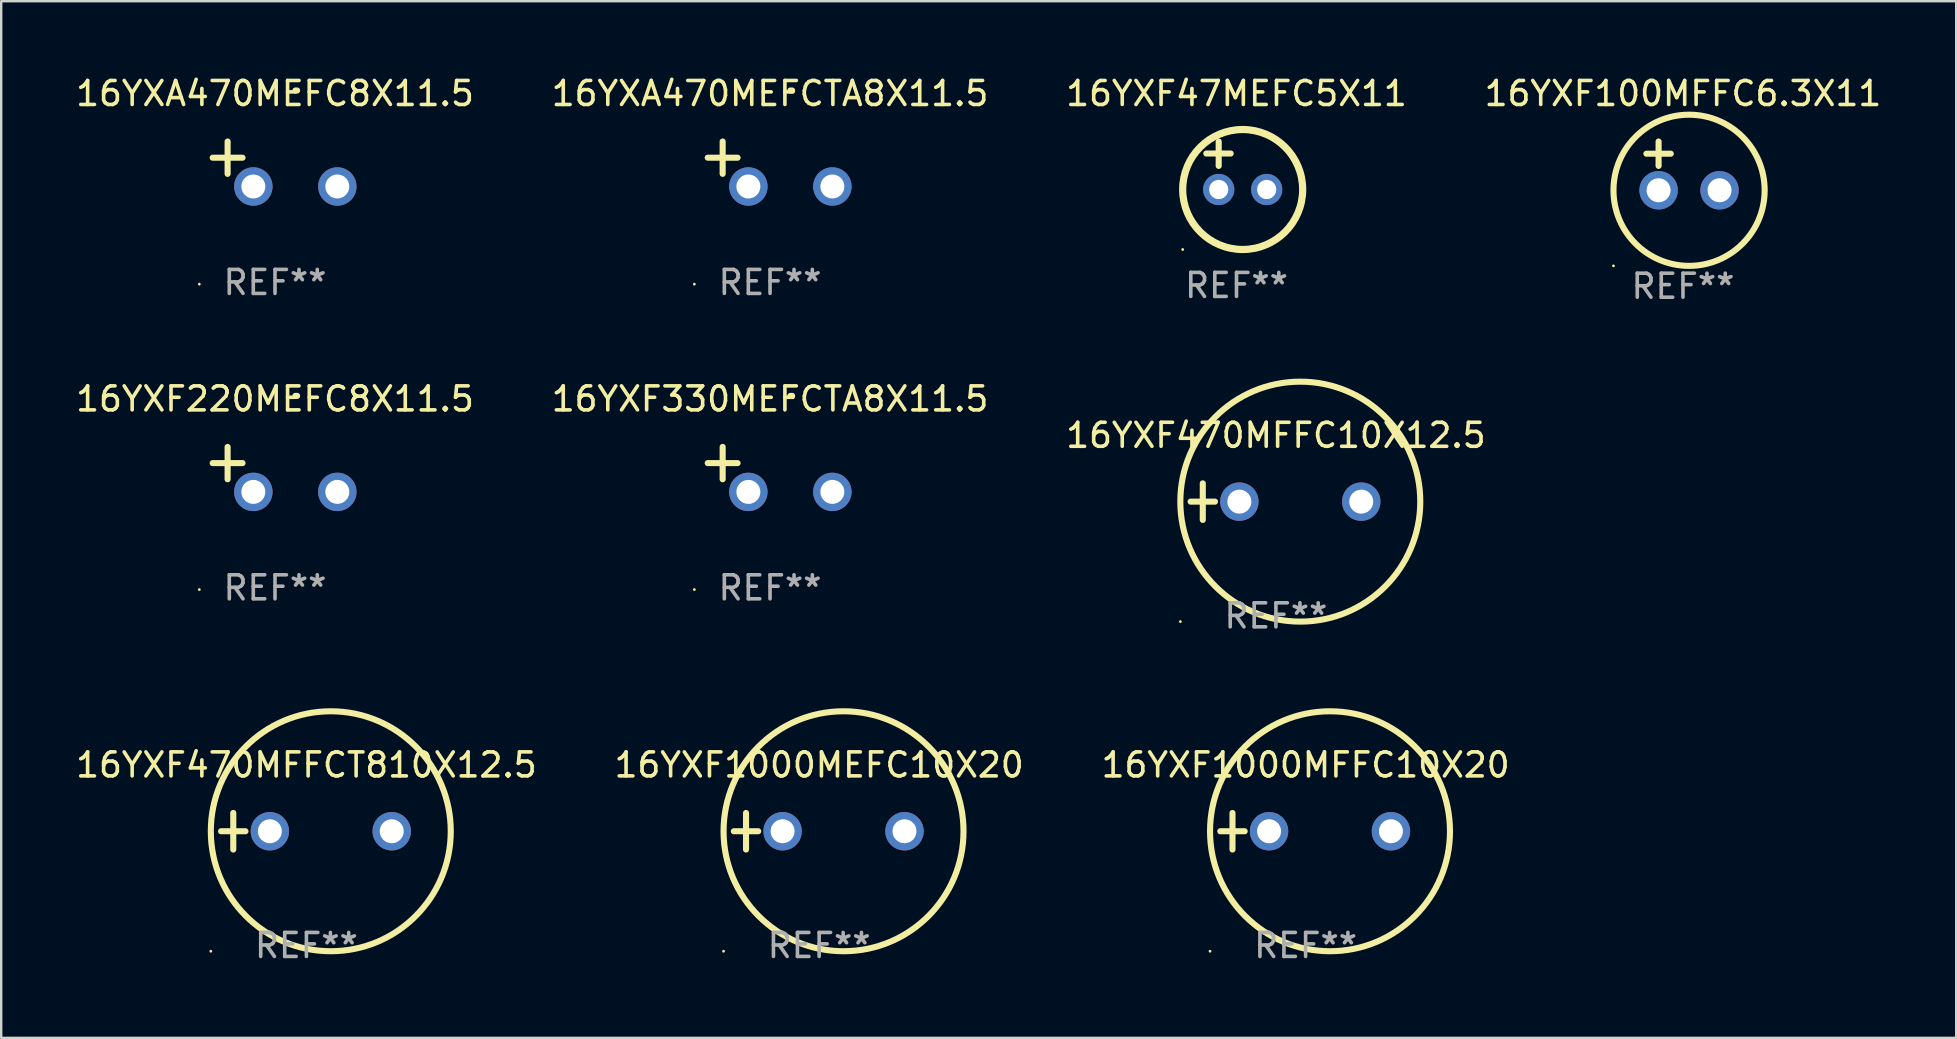
<source format=kicad_pcb>
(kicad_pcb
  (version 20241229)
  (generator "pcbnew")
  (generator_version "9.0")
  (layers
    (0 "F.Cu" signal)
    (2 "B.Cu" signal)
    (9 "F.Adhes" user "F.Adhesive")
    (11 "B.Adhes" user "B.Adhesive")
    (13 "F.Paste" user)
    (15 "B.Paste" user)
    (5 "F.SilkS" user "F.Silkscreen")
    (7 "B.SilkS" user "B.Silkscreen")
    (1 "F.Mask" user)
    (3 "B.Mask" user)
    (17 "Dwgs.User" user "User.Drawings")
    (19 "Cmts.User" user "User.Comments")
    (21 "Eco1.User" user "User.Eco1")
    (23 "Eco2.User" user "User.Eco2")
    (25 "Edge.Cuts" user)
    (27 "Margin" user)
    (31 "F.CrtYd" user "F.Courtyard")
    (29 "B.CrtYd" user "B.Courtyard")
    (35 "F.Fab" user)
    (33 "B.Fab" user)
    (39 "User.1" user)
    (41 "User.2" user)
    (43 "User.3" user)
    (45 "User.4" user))
  (footprint "16YXF1000MFFC10X20"
    (layer "F.Cu")
    (at 51.363 31.593)
    (property "Reference" "16YXF1000MFFC10X20" (at 0 -2.762 0) (layer "F.SilkS") (effects (font (size 1 1) (thickness 0.15))))
    (attr through_hole)
    (fp_line (start -3.556 0) (end -2.54 0) (stroke (width 0.254) (type solid)) (layer "F.SilkS"))
    (fp_line (start -3.048 -0.762) (end -3.048 0.762) (stroke (width 0.254) (type solid)) (layer "F.SilkS"))
    (fp_circle (center -3.984 5) (end -3.954 5) (stroke (width 0.06) (type solid)) (fill no) (layer "F.SilkS"))
    (fp_circle (center 1.016 0) (end 6.016 0) (stroke (width 0.254) (type solid)) (fill no) (layer "F.SilkS"))
    (fp_text user "REF**" (at 0 4.762 0) (layer "F.Fab") (effects (font (size 1 1) (thickness 0.15))))
    (pad "1" thru_hole circle (at -1.524 0) (size 1.6 1.6) (drill 1) (layers "*.Cu" "*.Mask"))
    (pad "2" thru_hole circle (at 3.556 0) (size 1.6 1.6) (drill 1) (layers "*.Cu" "*.Mask")))
  (footprint "16YXF220MEFC8X11.5"
    (layer "F.Cu")
    (at 8.411 16.513)
    (property "Reference" "16YXF220MEFC8X11.5" (at 0 -2.937 0) (layer "F.SilkS") (effects (font (size 1 1) (thickness 0.15))))
    (attr through_hole)
    (fp_line (start -1.975 0.41) (end -1.975 -0.937) (stroke (width 0.254) (type solid)) (layer "F.SilkS"))
    (fp_line (start -1.353 -0.263) (end -2.597 -0.263) (stroke (width 0.254) (type solid)) (layer "F.SilkS"))
    (fp_arc (start 0.849809 -3.063957) (mid 0.885369 -3.064114) (end 0.920929 -3.063957) (stroke (width 0.254001) (type solid)) (layer "F.SilkS"))
    (fp_circle (center -3.154 5.008) (end -3.124 5.008) (stroke (width 0.06) (type solid)) (fill no) (layer "F.SilkS"))
    (fp_text user "REF**" (at 0 4.937 0) (layer "F.Fab") (effects (font (size 1 1) (thickness 0.15))))
    (pad "1" thru_hole circle (at -0.903 0.937) (size 1.6 1.6) (drill 1) (layers "*.Cu" "*.Mask"))
    (pad "2" thru_hole circle (at 2.597 0.937) (size 1.6 1.6) (drill 1) (layers "*.Cu" "*.Mask")))
  (footprint "16YXF330MEFCTA8X11.5"
    (layer "F.Cu")
    (at 29.042 16.513)
    (property "Reference" "16YXF330MEFCTA8X11.5" (at 0 -2.937 0) (layer "F.SilkS") (effects (font (size 1 1) (thickness 0.15))))
    (attr through_hole)
    (fp_line (start -1.975 0.41) (end -1.975 -0.937) (stroke (width 0.254) (type solid)) (layer "F.SilkS"))
    (fp_line (start -1.353 -0.263) (end -2.597 -0.263) (stroke (width 0.254) (type solid)) (layer "F.SilkS"))
    (fp_arc (start 0.849809 -3.063957) (mid 0.885369 -3.064114) (end 0.920929 -3.063957) (stroke (width 0.254001) (type solid)) (layer "F.SilkS"))
    (fp_circle (center -3.154 5.008) (end -3.124 5.008) (stroke (width 0.06) (type solid)) (fill no) (layer "F.SilkS"))
    (fp_text user "REF**" (at 0 4.937 0) (layer "F.Fab") (effects (font (size 1 1) (thickness 0.15))))
    (pad "1" thru_hole circle (at -0.903 0.937) (size 1.6 1.6) (drill 1) (layers "*.Cu" "*.Mask"))
    (pad "2" thru_hole circle (at 2.597 0.937) (size 1.6 1.6) (drill 1) (layers "*.Cu" "*.Mask")))
  (footprint "16YXA470MEFCTA8X11.5"
    (layer "F.Cu")
    (at 29.042 3.785)
    (property "Reference" "16YXA470MEFCTA8X11.5" (at 0 -2.937 0) (layer "F.SilkS") (effects (font (size 1 1) (thickness 0.15))))
    (attr through_hole)
    (fp_line (start -1.975 0.41) (end -1.975 -0.937) (stroke (width 0.254) (type solid)) (layer "F.SilkS"))
    (fp_line (start -1.353 -0.263) (end -2.597 -0.263) (stroke (width 0.254) (type solid)) (layer "F.SilkS"))
    (fp_arc (start 0.849809 -3.063957) (mid 0.885369 -3.064114) (end 0.920929 -3.063957) (stroke (width 0.254001) (type solid)) (layer "F.SilkS"))
    (fp_circle (center -3.154 5.008) (end -3.124 5.008) (stroke (width 0.06) (type solid)) (fill no) (layer "F.SilkS"))
    (fp_text user "REF**" (at 0 4.937 0) (layer "F.Fab") (effects (font (size 1 1) (thickness 0.15))))
    (pad "1" thru_hole circle (at -0.903 0.937) (size 1.6 1.6) (drill 1) (layers "*.Cu" "*.Mask"))
    (pad "2" thru_hole circle (at 2.597 0.937) (size 1.6 1.6) (drill 1) (layers "*.Cu" "*.Mask")))
  (footprint "16YXF47MEFC5X11"
    (layer "F.Cu")
    (at 48.482 3.848)
    (property "Reference" "16YXF47MEFC5X11" (at 0 -3 0) (layer "F.SilkS") (effects (font (size 1 1) (thickness 0.15))))
    (attr through_hole)
    (fp_line (start -1.258 -0.5) (end -0.242 -0.5) (stroke (width 0.254) (type solid)) (layer "F.SilkS"))
    (fp_line (start -0.742 -1) (end -0.742 0.016) (stroke (width 0.254) (type solid)) (layer "F.SilkS"))
    (fp_circle (center -2.242 3.5) (end -2.212 3.5) (stroke (width 0.06) (type solid)) (fill no) (layer "F.SilkS"))
    (fp_circle (center 0.258 1) (end 2.758 1) (stroke (width 0.3) (type solid)) (fill no) (layer "F.SilkS"))
    (fp_text user "REF**" (at 0 5 0) (layer "F.Fab") (effects (font (size 1 1) (thickness 0.15))))
    (pad "1" thru_hole circle (at -0.742 1) (size 1.3 1.3) (drill 0.8) (layers "*.Cu" "*.Mask"))
    (pad "2" thru_hole circle (at 1.258 1) (size 1.3 1.3) (drill 0.8) (layers "*.Cu" "*.Mask")))
  (footprint "16YXA470MEFC8X11.5"
    (layer "F.Cu")
    (at 8.411 3.785)
    (property "Reference" "16YXA470MEFC8X11.5" (at 0 -2.937 0) (layer "F.SilkS") (effects (font (size 1 1) (thickness 0.15))))
    (attr through_hole)
    (fp_line (start -1.975 0.41) (end -1.975 -0.937) (stroke (width 0.254) (type solid)) (layer "F.SilkS"))
    (fp_line (start -1.353 -0.263) (end -2.597 -0.263) (stroke (width 0.254) (type solid)) (layer "F.SilkS"))
    (fp_arc (start 0.849809 -3.063957) (mid 0.885369 -3.064114) (end 0.920929 -3.063957) (stroke (width 0.254001) (type solid)) (layer "F.SilkS"))
    (fp_circle (center -3.154 5.008) (end -3.124 5.008) (stroke (width 0.06) (type solid)) (fill no) (layer "F.SilkS"))
    (fp_text user "REF**" (at 0 4.937 0) (layer "F.Fab") (effects (font (size 1 1) (thickness 0.15))))
    (pad "1" thru_hole circle (at -0.903 0.937) (size 1.6 1.6) (drill 1) (layers "*.Cu" "*.Mask"))
    (pad "2" thru_hole circle (at 2.597 0.937) (size 1.6 1.6) (drill 1) (layers "*.Cu" "*.Mask")))
  (footprint "16YXF100MFFC6.3X11"
    (layer "F.Cu")
    (at 67.089 3.864)
    (property "Reference" "16YXF100MFFC6.3X11" (at 0 -3.016 0) (layer "F.SilkS") (effects (font (size 1 1) (thickness 0.15))))
    (attr through_hole)
    (fp_line (start -1.524 -0.508) (end -0.508 -0.508) (stroke (width 0.254) (type solid)) (layer "F.SilkS"))
    (fp_line (start -1.016 -1.016) (end -1.016 0) (stroke (width 0.254) (type solid)) (layer "F.SilkS"))
    (fp_circle (center -2.896 4.166) (end -2.866 4.166) (stroke (width 0.06) (type solid)) (fill no) (layer "F.SilkS"))
    (fp_circle (center 0.254 1.016) (end 3.404 1.016) (stroke (width 0.254) (type solid)) (fill no) (layer "F.SilkS"))
    (fp_text user "REF**" (at 0 5.016 0) (layer "F.Fab") (effects (font (size 1 1) (thickness 0.15))))
    (pad "1" thru_hole circle (at -1.016 1.016) (size 1.6 1.6) (drill 1) (layers "*.Cu" "*.Mask"))
    (pad "2" thru_hole circle (at 1.524 1.016) (size 1.6 1.6) (drill 1) (layers "*.Cu" "*.Mask")))
  (footprint "16YXF470MFFC10X12.5"
    (layer "F.Cu")
    (at 50.125 17.856)
    (property "Reference" "16YXF470MFFC10X12.5" (at 0 -2.762 0) (layer "F.SilkS") (effects (font (size 1 1) (thickness 0.15))))
    (attr through_hole)
    (fp_line (start -3.556 0) (end -2.54 0) (stroke (width 0.254) (type solid)) (layer "F.SilkS"))
    (fp_line (start -3.048 -0.762) (end -3.048 0.762) (stroke (width 0.254) (type solid)) (layer "F.SilkS"))
    (fp_circle (center -3.984 5) (end -3.954 5) (stroke (width 0.06) (type solid)) (fill no) (layer "F.SilkS"))
    (fp_circle (center 1.016 0) (end 6.016 0) (stroke (width 0.254) (type solid)) (fill no) (layer "F.SilkS"))
    (fp_text user "REF**" (at 0 4.762 0) (layer "F.Fab") (effects (font (size 1 1) (thickness 0.15))))
    (pad "1" thru_hole circle (at -1.524 0) (size 1.6 1.6) (drill 1) (layers "*.Cu" "*.Mask"))
    (pad "2" thru_hole circle (at 3.556 0) (size 1.6 1.6) (drill 1) (layers "*.Cu" "*.Mask")))
  (footprint "16YXF1000MEFC10X20"
    (layer "F.Cu")
    (at 31.089 31.593)
    (property "Reference" "16YXF1000MEFC10X20" (at 0 -2.762 0) (layer "F.SilkS") (effects (font (size 1 1) (thickness 0.15))))
    (attr through_hole)
    (fp_line (start -3.556 0) (end -2.54 0) (stroke (width 0.254) (type solid)) (layer "F.SilkS"))
    (fp_line (start -3.048 -0.762) (end -3.048 0.762) (stroke (width 0.254) (type solid)) (layer "F.SilkS"))
    (fp_circle (center -3.984 5) (end -3.954 5) (stroke (width 0.06) (type solid)) (fill no) (layer "F.SilkS"))
    (fp_circle (center 1.016 0) (end 6.016 0) (stroke (width 0.254) (type solid)) (fill no) (layer "F.SilkS"))
    (fp_text user "REF**" (at 0 4.762 0) (layer "F.Fab") (effects (font (size 1 1) (thickness 0.15))))
    (pad "1" thru_hole circle (at -1.524 0) (size 1.6 1.6) (drill 1) (layers "*.Cu" "*.Mask"))
    (pad "2" thru_hole circle (at 3.556 0) (size 1.6 1.6) (drill 1) (layers "*.Cu" "*.Mask")))
  (footprint "16YXF470MFFCT810X12.5"
    (layer "F.Cu")
    (at 9.72 31.593)
    (property "Reference" "16YXF470MFFCT810X12.5" (at 0 -2.762 0) (layer "F.SilkS") (effects (font (size 1 1) (thickness 0.15))))
    (attr through_hole)
    (fp_line (start -3.556 0) (end -2.54 0) (stroke (width 0.254) (type solid)) (layer "F.SilkS"))
    (fp_line (start -3.048 -0.762) (end -3.048 0.762) (stroke (width 0.254) (type solid)) (layer "F.SilkS"))
    (fp_circle (center -3.984 5) (end -3.954 5) (stroke (width 0.06) (type solid)) (fill no) (layer "F.SilkS"))
    (fp_circle (center 1.016 0) (end 6.016 0) (stroke (width 0.254) (type solid)) (fill no) (layer "F.SilkS"))
    (fp_text user "REF**" (at 0 4.762 0) (layer "F.Fab") (effects (font (size 1 1) (thickness 0.15))))
    (pad "1" thru_hole circle (at -1.524 0) (size 1.6 1.6) (drill 1) (layers "*.Cu" "*.Mask"))
    (pad "2" thru_hole circle (at 3.556 0) (size 1.6 1.6) (drill 1) (layers "*.Cu" "*.Mask")))
  (gr_rect
    (start -3 -3)
    (end 78.476 40.203)
    (stroke (width 0.1) (type default))
    (fill no)
    (layer "Edge.Cuts")))
</source>
